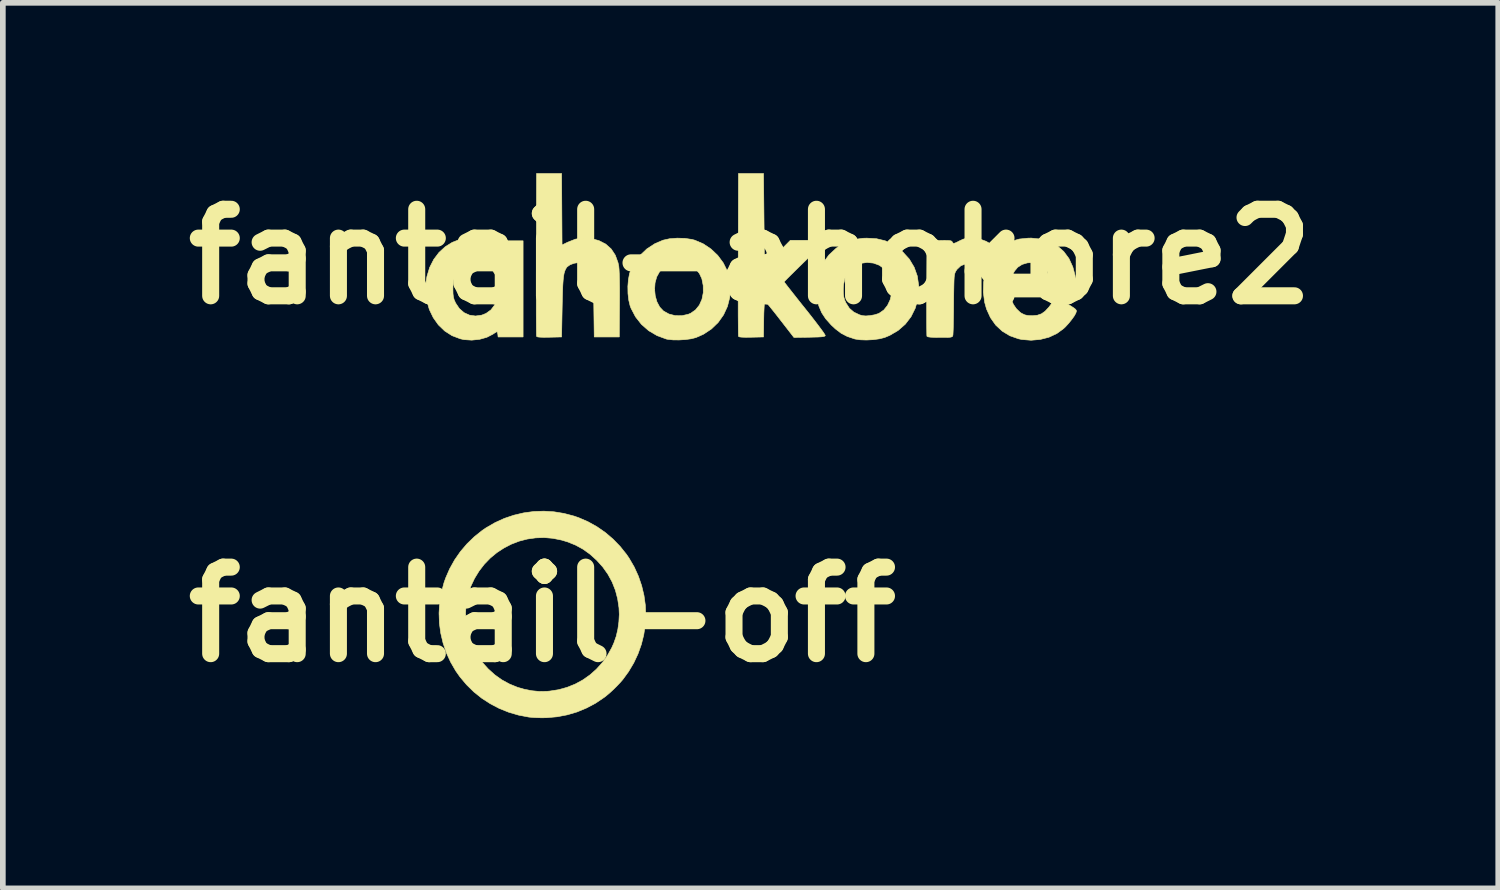
<source format=kicad_pcb>
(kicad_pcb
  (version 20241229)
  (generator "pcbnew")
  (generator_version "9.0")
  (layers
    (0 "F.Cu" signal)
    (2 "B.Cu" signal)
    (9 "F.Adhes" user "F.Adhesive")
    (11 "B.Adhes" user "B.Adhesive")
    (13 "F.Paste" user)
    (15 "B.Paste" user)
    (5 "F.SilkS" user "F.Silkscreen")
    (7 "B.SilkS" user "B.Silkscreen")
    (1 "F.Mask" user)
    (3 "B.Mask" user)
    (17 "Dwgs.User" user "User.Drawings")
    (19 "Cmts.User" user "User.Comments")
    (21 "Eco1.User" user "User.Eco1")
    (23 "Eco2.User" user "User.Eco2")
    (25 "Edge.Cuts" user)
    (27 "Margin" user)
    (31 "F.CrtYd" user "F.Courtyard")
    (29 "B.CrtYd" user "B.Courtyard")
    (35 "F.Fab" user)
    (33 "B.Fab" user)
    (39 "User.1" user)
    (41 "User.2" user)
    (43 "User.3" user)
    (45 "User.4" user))
  (footprint "fantail-ahokore2"
    (layer "F.Cu")
    (at 10.167 1.47)
    (property "Reference" "fantail-ahokore2" (at 0 0 0) (layer "F.SilkS") (effects (font (size 1.524 1.524) (thickness 0.3))))
    (attr through_hole)
    (fp_poly (pts (xy -3.319 -0.206) (xy -3.221 -0.254) (xy -3.084 -0.308) (xy -2.952 -0.331) (xy -2.819 -0.323) (xy -2.816 -0.322) (xy -2.67 -0.283) (xy -2.549 -0.221) (xy -2.453 -0.135) (xy -2.381 -0.026) (xy -2.333 0.107) (xy -2.32 0.169) (xy -2.315 0.221) (xy -2.311 0.303) (xy -2.308 0.413) (xy -2.306 0.548) (xy -2.306 0.704) (xy -2.307 0.847) (xy -2.311 1.414) (xy -2.752 1.414) (xy -2.76 0.847) (xy -2.763 0.679) (xy -2.766 0.541) (xy -2.771 0.431) (xy -2.776 0.344) (xy -2.784 0.277) (xy -2.794 0.228) (xy -2.807 0.192) (xy -2.824 0.166) (xy -2.845 0.147) (xy -2.871 0.131) (xy -2.876 0.128) (xy -2.945 0.107) (xy -3.024 0.103) (xy -3.105 0.116) (xy -3.177 0.142) (xy -3.23 0.18) (xy -3.24 0.193) (xy -3.258 0.223) (xy -3.272 0.257) (xy -3.284 0.299) (xy -3.293 0.353) (xy -3.3 0.421) (xy -3.306 0.509) (xy -3.31 0.62) (xy -3.314 0.758) (xy -3.317 0.889) (xy -3.327 1.414) (xy -3.544 1.419) (xy -3.639 1.42) (xy -3.705 1.418) (xy -3.746 1.414) (xy -3.765 1.406) (xy -3.768 1.402) (xy -3.769 1.382) (xy -3.77 1.331) (xy -3.771 1.251) (xy -3.772 1.144) (xy -3.773 1.014) (xy -3.773 0.863) (xy -3.773 0.693) (xy -3.773 0.506) (xy -3.773 0.307) (xy -3.772 0.095) (xy -3.772 -0.042) (xy -3.768 -1.465) (xy -3.327 -1.465) (xy -3.319 -0.206)) (stroke (width 0.01) (type solid)) (fill yes) (layer "F.SilkS"))
    (fp_poly (pts (xy -1.155 -0.322) (xy -1.029 -0.303) (xy -0.981 -0.29) (xy -0.832 -0.226) (xy -0.696 -0.135) (xy -0.577 -0.022) (xy -0.48 0.109) (xy -0.409 0.252) (xy -0.374 0.369) (xy -0.354 0.544) (xy -0.365 0.714) (xy -0.406 0.876) (xy -0.475 1.025) (xy -0.57 1.159) (xy -0.689 1.274) (xy -0.83 1.367) (xy -0.962 1.425) (xy -1.044 1.446) (xy -1.147 1.46) (xy -1.258 1.467) (xy -1.364 1.466) (xy -1.455 1.456) (xy -1.482 1.451) (xy -1.645 1.391) (xy -1.793 1.304) (xy -1.92 1.193) (xy -2.025 1.06) (xy -2.104 0.909) (xy -2.12 0.867) (xy -2.144 0.767) (xy -2.158 0.648) (xy -2.159 0.575) (xy -1.689 0.575) (xy -1.678 0.688) (xy -1.648 0.795) (xy -1.599 0.887) (xy -1.533 0.957) (xy -1.437 1.01) (xy -1.327 1.038) (xy -1.211 1.04) (xy -1.098 1.015) (xy -1.054 0.997) (xy -0.968 0.937) (xy -0.901 0.854) (xy -0.855 0.751) (xy -0.832 0.635) (xy -0.833 0.509) (xy -0.857 0.388) (xy -0.899 0.298) (xy -0.965 0.216) (xy -1.046 0.153) (xy -1.123 0.119) (xy -1.241 0.102) (xy -1.357 0.114) (xy -1.464 0.153) (xy -1.557 0.216) (xy -1.602 0.266) (xy -1.652 0.356) (xy -1.681 0.461) (xy -1.689 0.575) (xy -2.159 0.575) (xy -2.16 0.523) (xy -2.15 0.402) (xy -2.13 0.297) (xy -2.12 0.267) (xy -2.048 0.116) (xy -1.948 -0.02) (xy -1.825 -0.137) (xy -1.684 -0.229) (xy -1.541 -0.29) (xy -1.424 -0.316) (xy -1.291 -0.326) (xy -1.155 -0.322)) (stroke (width 0.01) (type solid)) (fill yes) (layer "F.SilkS"))
    (fp_poly (pts (xy -4.838 -0.325) (xy -4.695 -0.292) (xy -4.604 -0.253) (xy -4.552 -0.225) (xy -4.513 -0.201) (xy -4.496 -0.187) (xy -4.476 -0.169) (xy -4.46 -0.184) (xy -4.45 -0.224) (xy -4.445 -0.279) (xy -4.005 -0.279) (xy -4.005 1.414) (xy -4.445 1.414) (xy -4.45 1.367) (xy -4.457 1.334) (xy -4.464 1.321) (xy -4.482 1.33) (xy -4.517 1.351) (xy -4.535 1.364) (xy -4.644 1.42) (xy -4.772 1.456) (xy -4.909 1.47) (xy -5.045 1.461) (xy -5.112 1.446) (xy -5.257 1.391) (xy -5.386 1.308) (xy -5.497 1.201) (xy -5.587 1.074) (xy -5.656 0.931) (xy -5.701 0.774) (xy -5.721 0.607) (xy -5.719 0.576) (xy -5.241 0.576) (xy -5.239 0.654) (xy -5.232 0.712) (xy -5.218 0.762) (xy -5.193 0.817) (xy -5.128 0.914) (xy -5.045 0.986) (xy -4.949 1.03) (xy -4.843 1.045) (xy -4.734 1.03) (xy -4.657 0.999) (xy -4.571 0.937) (xy -4.505 0.85) (xy -4.459 0.742) (xy -4.438 0.619) (xy -4.437 0.575) (xy -4.449 0.443) (xy -4.487 0.328) (xy -4.547 0.235) (xy -4.627 0.164) (xy -4.726 0.12) (xy -4.797 0.107) (xy -4.914 0.11) (xy -5.018 0.145) (xy -5.107 0.208) (xy -5.178 0.298) (xy -5.2 0.342) (xy -5.222 0.4) (xy -5.235 0.459) (xy -5.24 0.532) (xy -5.241 0.576) (xy -5.719 0.576) (xy -5.713 0.435) (xy -5.698 0.347) (xy -5.65 0.189) (xy -5.578 0.048) (xy -5.486 -0.074) (xy -5.377 -0.174) (xy -5.254 -0.251) (xy -5.122 -0.303) (xy -4.982 -0.329) (xy -4.838 -0.325)) (stroke (width 0.01) (type solid)) (fill yes) (layer "F.SilkS"))
    (fp_poly (pts (xy 2.219 -0.316) (xy 2.37 -0.28) (xy 2.507 -0.217) (xy 2.636 -0.125) (xy 2.679 -0.086) (xy 2.797 0.044) (xy 2.882 0.186) (xy 2.937 0.34) (xy 2.962 0.509) (xy 2.963 0.568) (xy 2.948 0.744) (xy 2.901 0.908) (xy 2.827 1.057) (xy 2.726 1.189) (xy 2.6 1.299) (xy 2.452 1.386) (xy 2.361 1.424) (xy 2.269 1.447) (xy 2.158 1.462) (xy 2.041 1.468) (xy 1.93 1.464) (xy 1.838 1.45) (xy 1.829 1.447) (xy 1.704 1.405) (xy 1.596 1.349) (xy 1.495 1.272) (xy 1.422 1.204) (xy 1.324 1.094) (xy 1.253 0.986) (xy 1.204 0.87) (xy 1.176 0.765) (xy 1.155 0.589) (xy 1.156 0.576) (xy 1.634 0.576) (xy 1.636 0.654) (xy 1.643 0.711) (xy 1.657 0.761) (xy 1.681 0.815) (xy 1.741 0.909) (xy 1.82 0.977) (xy 1.922 1.025) (xy 1.973 1.039) (xy 2.03 1.044) (xy 2.105 1.038) (xy 2.184 1.024) (xy 2.251 1.003) (xy 2.265 0.997) (xy 2.348 0.939) (xy 2.413 0.858) (xy 2.459 0.76) (xy 2.485 0.652) (xy 2.491 0.539) (xy 2.475 0.428) (xy 2.437 0.325) (xy 2.376 0.235) (xy 2.358 0.216) (xy 2.268 0.151) (xy 2.164 0.113) (xy 2.053 0.102) (xy 1.94 0.118) (xy 1.834 0.162) (xy 1.784 0.195) (xy 1.714 0.27) (xy 1.665 0.37) (xy 1.639 0.492) (xy 1.634 0.576) (xy 1.156 0.576) (xy 1.166 0.418) (xy 1.209 0.256) (xy 1.281 0.105) (xy 1.382 -0.031) (xy 1.509 -0.149) (xy 1.56 -0.185) (xy 1.69 -0.257) (xy 1.828 -0.303) (xy 1.981 -0.324) (xy 2.049 -0.326) (xy 2.219 -0.316)) (stroke (width 0.01) (type solid)) (fill yes) (layer "F.SilkS"))
    (fp_poly (pts (xy 3.98 -0.32) (xy 4.068 -0.3) (xy 4.147 -0.271) (xy 4.207 -0.237) (xy 4.224 -0.222) (xy 4.235 -0.207) (xy 4.239 -0.189) (xy 4.234 -0.164) (xy 4.218 -0.124) (xy 4.189 -0.065) (xy 4.159 -0.003) (xy 4.121 0.069) (xy 4.088 0.131) (xy 4.063 0.174) (xy 4.049 0.194) (xy 4.049 0.194) (xy 4.025 0.192) (xy 3.984 0.178) (xy 3.959 0.166) (xy 3.866 0.132) (xy 3.78 0.13) (xy 3.703 0.161) (xy 3.638 0.222) (xy 3.615 0.256) (xy 3.606 0.274) (xy 3.598 0.295) (xy 3.592 0.323) (xy 3.587 0.361) (xy 3.584 0.415) (xy 3.582 0.487) (xy 3.58 0.581) (xy 3.578 0.702) (xy 3.577 0.83) (xy 3.576 0.96) (xy 3.574 1.081) (xy 3.572 1.188) (xy 3.57 1.276) (xy 3.567 1.341) (xy 3.565 1.378) (xy 3.564 1.384) (xy 3.559 1.4) (xy 3.549 1.41) (xy 3.528 1.417) (xy 3.491 1.421) (xy 3.431 1.422) (xy 3.343 1.422) (xy 3.335 1.422) (xy 3.236 1.421) (xy 3.168 1.418) (xy 3.126 1.412) (xy 3.108 1.403) (xy 3.107 1.401) (xy 3.105 1.381) (xy 3.104 1.329) (xy 3.103 1.251) (xy 3.102 1.149) (xy 3.102 1.026) (xy 3.102 0.886) (xy 3.102 0.733) (xy 3.103 0.569) (xy 3.103 0.55) (xy 3.107 -0.279) (xy 3.322 -0.284) (xy 3.412 -0.286) (xy 3.473 -0.285) (xy 3.512 -0.282) (xy 3.536 -0.276) (xy 3.549 -0.265) (xy 3.555 -0.256) (xy 3.566 -0.239) (xy 3.581 -0.234) (xy 3.607 -0.242) (xy 3.652 -0.263) (xy 3.676 -0.276) (xy 3.743 -0.307) (xy 3.8 -0.323) (xy 3.865 -0.328) (xy 3.892 -0.328) (xy 3.98 -0.32)) (stroke (width 0.01) (type solid)) (fill yes) (layer "F.SilkS"))
    (fp_poly (pts (xy 0.246 0.17) (xy 0.474 -0.059) (xy 0.702 -0.288) (xy 0.978 -0.288) (xy 1.082 -0.288) (xy 1.157 -0.286) (xy 1.207 -0.283) (xy 1.239 -0.278) (xy 1.256 -0.271) (xy 1.265 -0.261) (xy 1.265 -0.259) (xy 1.263 -0.244) (xy 1.246 -0.218) (xy 1.213 -0.178) (xy 1.161 -0.123) (xy 1.09 -0.051) (xy 0.997 0.042) (xy 0.934 0.103) (xy 0.846 0.189) (xy 0.766 0.268) (xy 0.698 0.335) (xy 0.644 0.389) (xy 0.608 0.426) (xy 0.593 0.443) (xy 0.593 0.444) (xy 0.603 0.459) (xy 0.632 0.497) (xy 0.677 0.555) (xy 0.737 0.631) (xy 0.807 0.72) (xy 0.887 0.821) (xy 0.957 0.908) (xy 1.043 1.016) (xy 1.121 1.116) (xy 1.189 1.205) (xy 1.245 1.28) (xy 1.287 1.338) (xy 1.311 1.376) (xy 1.317 1.389) (xy 1.31 1.398) (xy 1.29 1.406) (xy 1.253 1.411) (xy 1.195 1.415) (xy 1.11 1.417) (xy 1.038 1.419) (xy 0.765 1.423) (xy 0.515 1.101) (xy 0.445 1.011) (xy 0.381 0.931) (xy 0.327 0.864) (xy 0.285 0.814) (xy 0.259 0.785) (xy 0.251 0.779) (xy 0.247 0.795) (xy 0.243 0.84) (xy 0.239 0.908) (xy 0.235 0.994) (xy 0.233 1.093) (xy 0.233 1.096) (xy 0.229 1.414) (xy 0.012 1.419) (xy -0.083 1.42) (xy -0.149 1.418) (xy -0.19 1.414) (xy -0.209 1.406) (xy -0.212 1.402) (xy -0.213 1.382) (xy -0.214 1.331) (xy -0.215 1.251) (xy -0.216 1.144) (xy -0.217 1.014) (xy -0.217 0.863) (xy -0.217 0.693) (xy -0.217 0.506) (xy -0.217 0.307) (xy -0.216 0.095) (xy -0.216 -0.042) (xy -0.212 -1.465) (xy 0.229 -1.465) (xy 0.246 0.17)) (stroke (width 0.01) (type solid)) (fill yes) (layer "F.SilkS"))
    (fp_poly (pts (xy 5.116 -0.309) (xy 5.269 -0.264) (xy 5.403 -0.19) (xy 5.516 -0.091) (xy 5.608 0.033) (xy 5.676 0.181) (xy 5.715 0.327) (xy 5.73 0.421) (xy 5.738 0.511) (xy 5.739 0.59) (xy 5.734 0.652) (xy 5.723 0.688) (xy 5.72 0.691) (xy 5.704 0.697) (xy 5.668 0.702) (xy 5.609 0.705) (xy 5.525 0.708) (xy 5.414 0.71) (xy 5.274 0.711) (xy 5.143 0.711) (xy 4.585 0.711) (xy 4.596 0.758) (xy 4.629 0.84) (xy 4.683 0.918) (xy 4.749 0.981) (xy 4.776 0.999) (xy 4.831 1.025) (xy 4.887 1.037) (xy 4.96 1.04) (xy 4.964 1.04) (xy 5.05 1.032) (xy 5.123 1.007) (xy 5.188 0.961) (xy 5.255 0.889) (xy 5.292 0.839) (xy 5.33 0.787) (xy 5.361 0.749) (xy 5.379 0.729) (xy 5.381 0.728) (xy 5.399 0.736) (xy 5.441 0.757) (xy 5.499 0.788) (xy 5.566 0.825) (xy 5.644 0.87) (xy 5.696 0.904) (xy 5.727 0.929) (xy 5.739 0.95) (xy 5.74 0.959) (xy 5.729 0.995) (xy 5.699 1.048) (xy 5.654 1.11) (xy 5.601 1.176) (xy 5.543 1.239) (xy 5.513 1.267) (xy 5.394 1.354) (xy 5.255 1.419) (xy 5.102 1.458) (xy 4.941 1.472) (xy 4.779 1.459) (xy 4.718 1.446) (xy 4.567 1.393) (xy 4.433 1.312) (xy 4.318 1.205) (xy 4.226 1.075) (xy 4.157 0.924) (xy 4.123 0.803) (xy 4.1 0.625) (xy 4.105 0.449) (xy 4.132 0.305) (xy 4.621 0.305) (xy 4.927 0.305) (xy 5.045 0.304) (xy 5.133 0.302) (xy 5.191 0.298) (xy 5.224 0.292) (xy 5.232 0.285) (xy 5.219 0.248) (xy 5.183 0.204) (xy 5.135 0.162) (xy 5.082 0.13) (xy 5.072 0.126) (xy 4.974 0.104) (xy 4.876 0.109) (xy 4.783 0.137) (xy 4.705 0.187) (xy 4.651 0.252) (xy 4.621 0.305) (xy 4.132 0.305) (xy 4.136 0.281) (xy 4.193 0.125) (xy 4.275 -0.013) (xy 4.352 -0.104) (xy 4.466 -0.2) (xy 4.591 -0.269) (xy 4.731 -0.31) (xy 4.89 -0.326) (xy 4.945 -0.327) (xy 5.116 -0.309)) (stroke (width 0.01) (type solid)) (fill yes) (layer "F.SilkS")))
  (footprint "fantail-off"
    (layer "F.Cu")
    (at 6.502 7.772)
    (property "Reference" "fantail-off" (at 0 0 0) (layer "F.SilkS") (effects (font (size 1.524 1.524) (thickness 0.3))))
    (attr through_hole)
    (fp_poly (pts (xy 0.204 -1.809) (xy 0.381 -1.78) (xy 0.556 -1.734) (xy 0.642 -1.704) (xy 0.805 -1.633) (xy 0.961 -1.546) (xy 1.108 -1.444) (xy 1.244 -1.328) (xy 1.369 -1.199) (xy 1.481 -1.059) (xy 1.526 -0.993) (xy 1.617 -0.837) (xy 1.691 -0.674) (xy 1.748 -0.507) (xy 1.789 -0.336) (xy 1.813 -0.163) (xy 1.82 0.011) (xy 1.811 0.185) (xy 1.785 0.357) (xy 1.743 0.526) (xy 1.684 0.692) (xy 1.609 0.852) (xy 1.518 1.005) (xy 1.416 1.145) (xy 1.37 1.198) (xy 1.314 1.257) (xy 1.253 1.318) (xy 1.19 1.376) (xy 1.131 1.426) (xy 1.092 1.457) (xy 0.938 1.561) (xy 0.776 1.647) (xy 0.61 1.716) (xy 0.437 1.767) (xy 0.259 1.801) (xy 0.076 1.817) (xy -0.012 1.819) (xy -0.07 1.817) (xy -0.131 1.815) (xy -0.187 1.811) (xy -0.233 1.807) (xy -0.24 1.806) (xy -0.419 1.772) (xy -0.593 1.721) (xy -0.76 1.654) (xy -0.918 1.571) (xy -1.068 1.474) (xy -1.208 1.362) (xy -1.336 1.236) (xy -1.452 1.098) (xy -1.526 0.993) (xy -1.617 0.836) (xy -1.692 0.672) (xy -1.749 0.503) (xy -1.79 0.329) (xy -1.814 0.153) (xy -1.819 0.002) (xy -1.354 0.002) (xy -1.349 0.117) (xy -1.325 0.277) (xy -1.285 0.429) (xy -1.228 0.573) (xy -1.154 0.709) (xy -1.064 0.836) (xy -0.957 0.955) (xy -0.956 0.956) (xy -0.839 1.062) (xy -0.714 1.151) (xy -0.58 1.224) (xy -0.438 1.282) (xy -0.323 1.315) (xy -0.188 1.342) (xy -0.057 1.355) (xy 0.077 1.353) (xy 0.131 1.348) (xy 0.286 1.324) (xy 0.436 1.282) (xy 0.578 1.225) (xy 0.712 1.152) (xy 0.837 1.064) (xy 0.951 0.963) (xy 1.054 0.849) (xy 1.145 0.722) (xy 1.222 0.584) (xy 1.26 0.498) (xy 1.3 0.384) (xy 1.329 0.259) (xy 1.347 0.128) (xy 1.354 -0.002) (xy 1.349 -0.117) (xy 1.325 -0.277) (xy 1.285 -0.429) (xy 1.228 -0.573) (xy 1.154 -0.709) (xy 1.064 -0.836) (xy 0.957 -0.955) (xy 0.956 -0.956) (xy 0.84 -1.061) (xy 0.718 -1.149) (xy 0.587 -1.221) (xy 0.447 -1.278) (xy 0.337 -1.311) (xy 0.184 -1.342) (xy 0.032 -1.355) (xy -0.118 -1.35) (xy -0.266 -1.329) (xy -0.409 -1.292) (xy -0.547 -1.239) (xy -0.678 -1.171) (xy -0.802 -1.09) (xy -0.917 -0.995) (xy -1.022 -0.887) (xy -1.115 -0.766) (xy -1.196 -0.634) (xy -1.26 -0.498) (xy -1.3 -0.384) (xy -1.329 -0.259) (xy -1.347 -0.128) (xy -1.354 0.002) (xy -1.819 0.002) (xy -1.82 -0.026) (xy -1.809 -0.204) (xy -1.78 -0.381) (xy -1.734 -0.556) (xy -1.704 -0.642) (xy -1.633 -0.805) (xy -1.546 -0.961) (xy -1.444 -1.108) (xy -1.328 -1.244) (xy -1.199 -1.369) (xy -1.059 -1.481) (xy -0.993 -1.526) (xy -0.836 -1.617) (xy -0.672 -1.692) (xy -0.503 -1.749) (xy -0.329 -1.79) (xy -0.153 -1.814) (xy 0.026 -1.82) (xy 0.204 -1.809)) (stroke (width 0.01) (type solid)) (fill yes) (layer "F.SilkS")))
  (gr_rect
    (start -3 -3)
    (end 23.335 12.595)
    (stroke (width 0.1) (type default))
    (fill no)
    (layer "Edge.Cuts")))
</source>
